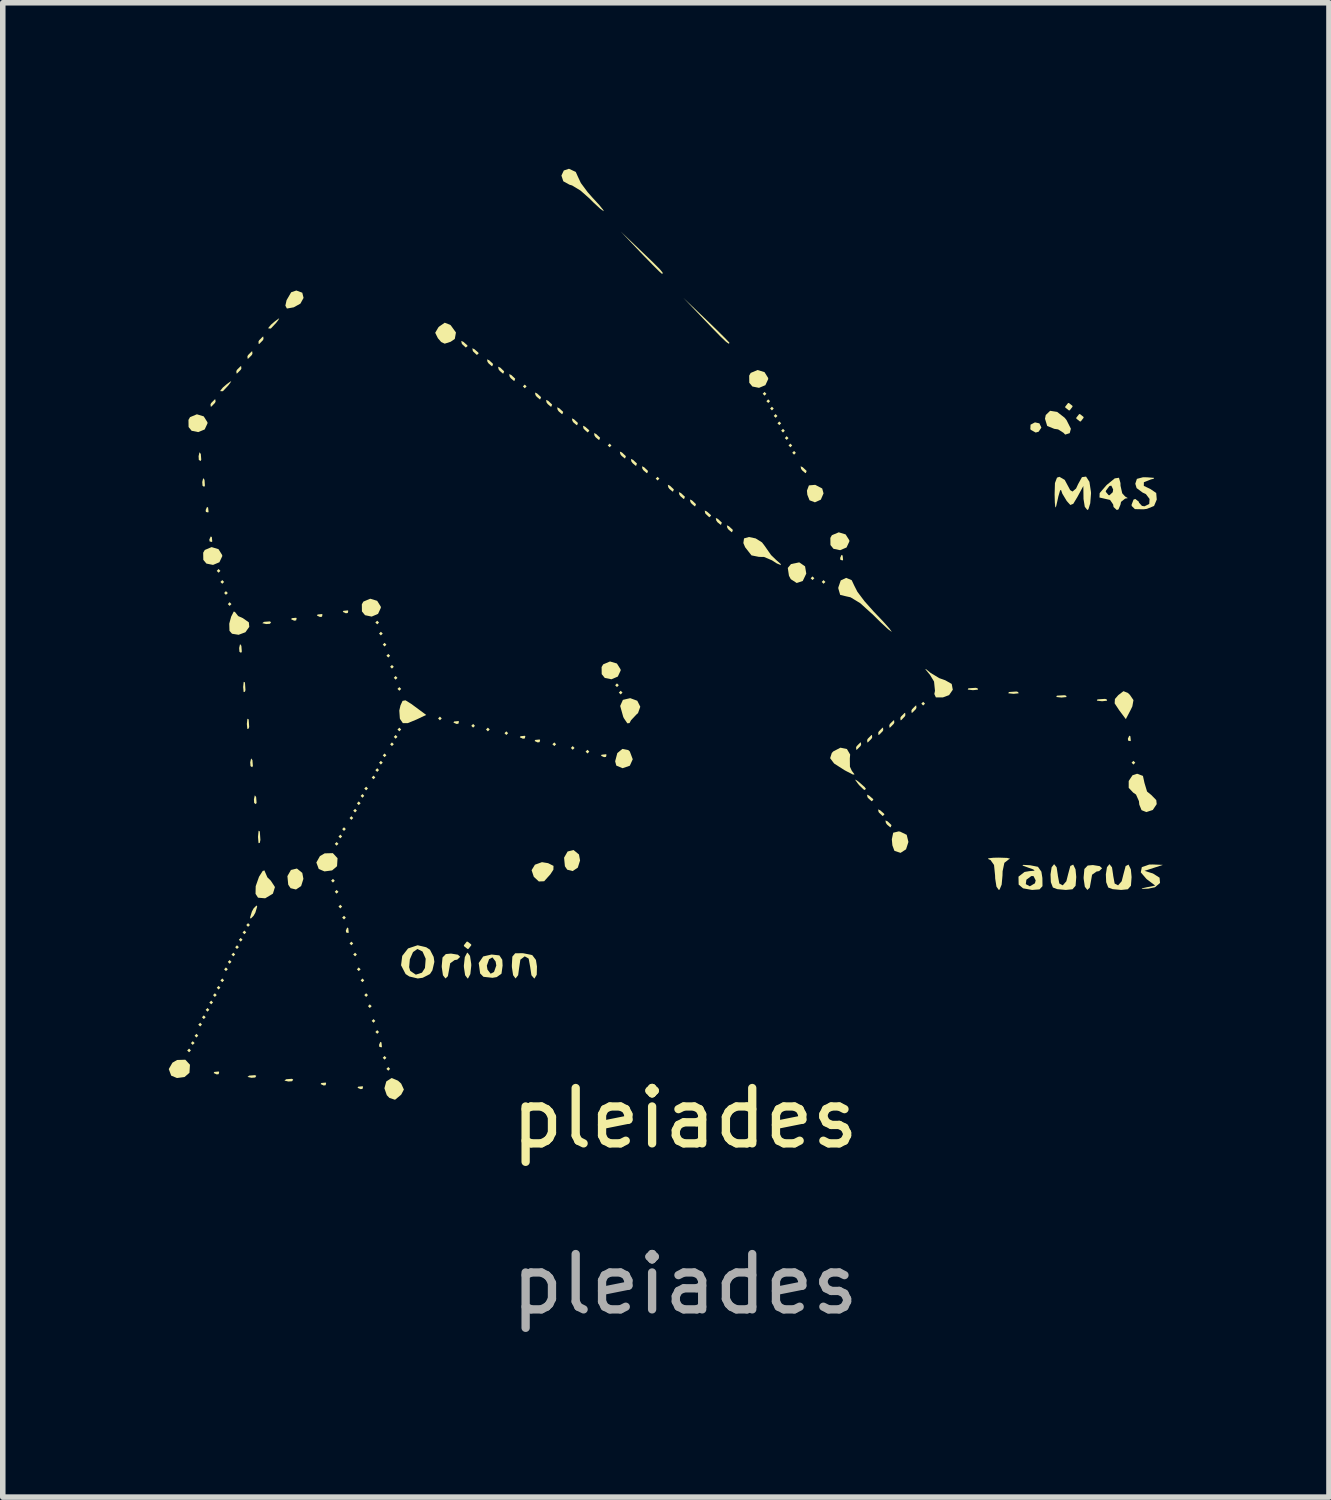
<source format=kicad_pcb>
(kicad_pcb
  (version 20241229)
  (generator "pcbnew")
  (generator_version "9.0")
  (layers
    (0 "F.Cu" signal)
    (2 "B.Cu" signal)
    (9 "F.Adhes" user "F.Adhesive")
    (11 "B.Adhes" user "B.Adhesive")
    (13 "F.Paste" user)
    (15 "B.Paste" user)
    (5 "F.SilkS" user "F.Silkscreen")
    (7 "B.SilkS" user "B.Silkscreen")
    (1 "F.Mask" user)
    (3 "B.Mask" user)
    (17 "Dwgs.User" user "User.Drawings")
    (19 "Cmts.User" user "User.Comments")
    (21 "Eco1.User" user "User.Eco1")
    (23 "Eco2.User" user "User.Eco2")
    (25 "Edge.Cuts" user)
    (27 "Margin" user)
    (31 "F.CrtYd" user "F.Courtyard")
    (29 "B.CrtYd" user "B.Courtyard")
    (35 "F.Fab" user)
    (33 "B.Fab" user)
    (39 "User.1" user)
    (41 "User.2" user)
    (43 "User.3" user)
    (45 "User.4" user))
  (footprint "pleiades"
    (layer "F.Cu")
    (at 9.33 17.658)
    (property "Reference" "pleiades" (at 0 -0.5 0) (unlocked yes) (layer "F.SilkS") (effects (font (size 1 1) (thickness 0.15))))
    (fp_poly (pts (xy -8.93 -1.725) (xy -8.963 -1.691) (xy -8.997 -1.725) (xy -8.963 -1.758)) (stroke (width 0) (type solid)) (fill yes) (layer "F.SilkS"))
    (fp_poly (pts (xy -8.863 -1.858) (xy -8.897 -1.825) (xy -8.93 -1.858) (xy -8.897 -1.891)) (stroke (width 0) (type solid)) (fill yes) (layer "F.SilkS"))
    (fp_poly (pts (xy -8.797 -1.991) (xy -8.83 -1.958) (xy -8.863 -1.991) (xy -8.83 -2.025)) (stroke (width 0) (type solid)) (fill yes) (layer "F.SilkS"))
    (fp_poly (pts (xy -8.73 -2.191) (xy -8.763 -2.158) (xy -8.797 -2.191) (xy -8.763 -2.225)) (stroke (width 0) (type solid)) (fill yes) (layer "F.SilkS"))
    (fp_poly (pts (xy -8.663 -2.325) (xy -8.697 -2.291) (xy -8.73 -2.325) (xy -8.697 -2.358)) (stroke (width 0) (type solid)) (fill yes) (layer "F.SilkS"))
    (fp_poly (pts (xy -8.597 -2.458) (xy -8.63 -2.425) (xy -8.663 -2.458) (xy -8.63 -2.491)) (stroke (width 0) (type solid)) (fill yes) (layer "F.SilkS"))
    (fp_poly (pts (xy -8.53 -2.591) (xy -8.563 -2.558) (xy -8.597 -2.591) (xy -8.563 -2.625)) (stroke (width 0) (type solid)) (fill yes) (layer "F.SilkS"))
    (fp_poly (pts (xy -8.463 -2.725) (xy -8.497 -2.691) (xy -8.53 -2.725) (xy -8.497 -2.758)) (stroke (width 0) (type solid)) (fill yes) (layer "F.SilkS"))
    (fp_poly (pts (xy -8.397 -10.391) (xy -8.43 -10.358) (xy -8.463 -10.391) (xy -8.43 -10.425)) (stroke (width 0) (type solid)) (fill yes) (layer "F.SilkS"))
    (fp_poly (pts (xy -8.397 -2.858) (xy -8.43 -2.825) (xy -8.463 -2.858) (xy -8.43 -2.891)) (stroke (width 0) (type solid)) (fill yes) (layer "F.SilkS"))
    (fp_poly (pts (xy -8.33 -10.191) (xy -8.363 -10.158) (xy -8.397 -10.191) (xy -8.363 -10.225)) (stroke (width 0) (type solid)) (fill yes) (layer "F.SilkS"))
    (fp_poly (pts (xy -8.33 -2.991) (xy -8.363 -2.958) (xy -8.397 -2.991) (xy -8.363 -3.025)) (stroke (width 0) (type solid)) (fill yes) (layer "F.SilkS"))
    (fp_poly (pts (xy -8.263 -9.991) (xy -8.297 -9.958) (xy -8.33 -9.991) (xy -8.297 -10.025)) (stroke (width 0) (type solid)) (fill yes) (layer "F.SilkS"))
    (fp_poly (pts (xy -8.263 -3.191) (xy -8.297 -3.158) (xy -8.33 -3.191) (xy -8.297 -3.225)) (stroke (width 0) (type solid)) (fill yes) (layer "F.SilkS"))
    (fp_poly (pts (xy -8.197 -9.791) (xy -8.23 -9.758) (xy -8.263 -9.791) (xy -8.23 -9.825)) (stroke (width 0) (type solid)) (fill yes) (layer "F.SilkS"))
    (fp_poly (pts (xy -8.197 -3.325) (xy -8.23 -3.291) (xy -8.263 -3.325) (xy -8.23 -3.358)) (stroke (width 0) (type solid)) (fill yes) (layer "F.SilkS"))
    (fp_poly (pts (xy -8.13 -3.458) (xy -8.163 -3.425) (xy -8.197 -3.458) (xy -8.163 -3.491)) (stroke (width 0) (type solid)) (fill yes) (layer "F.SilkS"))
    (fp_poly (pts (xy -8.063 -3.591) (xy -8.097 -3.558) (xy -8.13 -3.591) (xy -8.097 -3.625)) (stroke (width 0) (type solid)) (fill yes) (layer "F.SilkS"))
    (fp_poly (pts (xy -7.997 -3.725) (xy -8.03 -3.691) (xy -8.063 -3.725) (xy -8.03 -3.758)) (stroke (width 0) (type solid)) (fill yes) (layer "F.SilkS"))
    (fp_poly (pts (xy -7.93 -3.858) (xy -7.963 -3.825) (xy -7.997 -3.858) (xy -7.963 -3.891)) (stroke (width 0) (type solid)) (fill yes) (layer "F.SilkS"))
    (fp_poly (pts (xy -7.863 -3.991) (xy -7.897 -3.958) (xy -7.93 -3.991) (xy -7.897 -4.025)) (stroke (width 0) (type solid)) (fill yes) (layer "F.SilkS"))
    (fp_poly (pts (xy -6.33 -4.791) (xy -6.363 -4.758) (xy -6.397 -4.791) (xy -6.363 -4.825)) (stroke (width 0) (type solid)) (fill yes) (layer "F.SilkS"))
    (fp_poly (pts (xy -6.263 -5.458) (xy -6.297 -5.425) (xy -6.33 -5.458) (xy -6.297 -5.491)) (stroke (width 0) (type solid)) (fill yes) (layer "F.SilkS"))
    (fp_poly (pts (xy -6.263 -4.591) (xy -6.297 -4.558) (xy -6.33 -4.591) (xy -6.297 -4.625)) (stroke (width 0) (type solid)) (fill yes) (layer "F.SilkS"))
    (fp_poly (pts (xy -6.197 -5.591) (xy -6.23 -5.558) (xy -6.263 -5.591) (xy -6.23 -5.625)) (stroke (width 0) (type solid)) (fill yes) (layer "F.SilkS"))
    (fp_poly (pts (xy -6.197 -4.325) (xy -6.23 -4.291) (xy -6.263 -4.325) (xy -6.23 -4.358)) (stroke (width 0) (type solid)) (fill yes) (layer "F.SilkS"))
    (fp_poly (pts (xy -6.13 -5.725) (xy -6.163 -5.691) (xy -6.197 -5.725) (xy -6.163 -5.758)) (stroke (width 0) (type solid)) (fill yes) (layer "F.SilkS"))
    (fp_poly (pts (xy -6.13 -4.125) (xy -6.163 -4.091) (xy -6.197 -4.125) (xy -6.163 -4.158)) (stroke (width 0) (type solid)) (fill yes) (layer "F.SilkS"))
    (fp_poly (pts (xy -5.997 -5.925) (xy -6.03 -5.891) (xy -6.063 -5.925) (xy -6.03 -5.958)) (stroke (width 0) (type solid)) (fill yes) (layer "F.SilkS"))
    (fp_poly (pts (xy -5.997 -3.658) (xy -6.03 -3.625) (xy -6.063 -3.658) (xy -6.03 -3.691)) (stroke (width 0) (type solid)) (fill yes) (layer "F.SilkS"))
    (fp_poly (pts (xy -5.93 -6.058) (xy -5.963 -6.025) (xy -5.997 -6.058) (xy -5.963 -6.091)) (stroke (width 0) (type solid)) (fill yes) (layer "F.SilkS"))
    (fp_poly (pts (xy -5.93 -3.458) (xy -5.963 -3.425) (xy -5.997 -3.458) (xy -5.963 -3.491)) (stroke (width 0) (type solid)) (fill yes) (layer "F.SilkS"))
    (fp_poly (pts (xy -5.863 -6.191) (xy -5.897 -6.158) (xy -5.93 -6.191) (xy -5.897 -6.225)) (stroke (width 0) (type solid)) (fill yes) (layer "F.SilkS"))
    (fp_poly (pts (xy -5.863 -3.191) (xy -5.897 -3.158) (xy -5.93 -3.191) (xy -5.897 -3.225)) (stroke (width 0) (type solid)) (fill yes) (layer "F.SilkS"))
    (fp_poly (pts (xy -5.797 -6.325) (xy -5.83 -6.291) (xy -5.863 -6.325) (xy -5.83 -6.358)) (stroke (width 0) (type solid)) (fill yes) (layer "F.SilkS"))
    (fp_poly (pts (xy -5.797 -2.991) (xy -5.83 -2.958) (xy -5.863 -2.991) (xy -5.83 -3.025)) (stroke (width 0) (type solid)) (fill yes) (layer "F.SilkS"))
    (fp_poly (pts (xy -5.73 -6.458) (xy -5.763 -6.425) (xy -5.797 -6.458) (xy -5.763 -6.491)) (stroke (width 0) (type solid)) (fill yes) (layer "F.SilkS"))
    (fp_poly (pts (xy -5.73 -2.725) (xy -5.763 -2.691) (xy -5.797 -2.725) (xy -5.763 -2.758)) (stroke (width 0) (type solid)) (fill yes) (layer "F.SilkS"))
    (fp_poly (pts (xy -5.663 -2.525) (xy -5.697 -2.491) (xy -5.73 -2.525) (xy -5.697 -2.558)) (stroke (width 0) (type solid)) (fill yes) (layer "F.SilkS"))
    (fp_poly (pts (xy -5.597 -6.658) (xy -5.63 -6.625) (xy -5.663 -6.658) (xy -5.63 -6.691)) (stroke (width 0) (type solid)) (fill yes) (layer "F.SilkS"))
    (fp_poly (pts (xy -5.597 -2.258) (xy -5.63 -2.225) (xy -5.663 -2.258) (xy -5.63 -2.291)) (stroke (width 0) (type solid)) (fill yes) (layer "F.SilkS"))
    (fp_poly (pts (xy -5.53 -9.458) (xy -5.563 -9.425) (xy -5.597 -9.458) (xy -5.563 -9.491)) (stroke (width 0) (type solid)) (fill yes) (layer "F.SilkS"))
    (fp_poly (pts (xy -5.53 -6.791) (xy -5.563 -6.758) (xy -5.597 -6.791) (xy -5.563 -6.825)) (stroke (width 0) (type solid)) (fill yes) (layer "F.SilkS"))
    (fp_poly (pts (xy -5.53 -2.058) (xy -5.563 -2.025) (xy -5.597 -2.058) (xy -5.563 -2.091)) (stroke (width 0) (type solid)) (fill yes) (layer "F.SilkS"))
    (fp_poly (pts (xy -5.463 -9.258) (xy -5.497 -9.225) (xy -5.53 -9.258) (xy -5.497 -9.291)) (stroke (width 0) (type solid)) (fill yes) (layer "F.SilkS"))
    (fp_poly (pts (xy -5.463 -6.925) (xy -5.497 -6.891) (xy -5.53 -6.925) (xy -5.497 -6.958)) (stroke (width 0) (type solid)) (fill yes) (layer "F.SilkS"))
    (fp_poly (pts (xy -5.397 -9.058) (xy -5.43 -9.025) (xy -5.463 -9.058) (xy -5.43 -9.091)) (stroke (width 0) (type solid)) (fill yes) (layer "F.SilkS"))
    (fp_poly (pts (xy -5.397 -7.058) (xy -5.43 -7.025) (xy -5.463 -7.058) (xy -5.43 -7.091)) (stroke (width 0) (type solid)) (fill yes) (layer "F.SilkS"))
    (fp_poly (pts (xy -5.397 -1.591) (xy -5.43 -1.558) (xy -5.463 -1.591) (xy -5.43 -1.625)) (stroke (width 0) (type solid)) (fill yes) (layer "F.SilkS"))
    (fp_poly (pts (xy -5.33 -8.858) (xy -5.363 -8.825) (xy -5.397 -8.858) (xy -5.363 -8.891)) (stroke (width 0) (type solid)) (fill yes) (layer "F.SilkS"))
    (fp_poly (pts (xy -5.33 -1.391) (xy -5.363 -1.358) (xy -5.397 -1.391) (xy -5.363 -1.425)) (stroke (width 0) (type solid)) (fill yes) (layer "F.SilkS"))
    (fp_poly (pts (xy -5.263 -8.658) (xy -5.297 -8.625) (xy -5.33 -8.658) (xy -5.297 -8.691)) (stroke (width 0) (type solid)) (fill yes) (layer "F.SilkS"))
    (fp_poly (pts (xy -5.263 -7.258) (xy -5.297 -7.225) (xy -5.33 -7.258) (xy -5.297 -7.291)) (stroke (width 0) (type solid)) (fill yes) (layer "F.SilkS"))
    (fp_poly (pts (xy -5.197 -8.458) (xy -5.23 -8.425) (xy -5.263 -8.458) (xy -5.23 -8.491)) (stroke (width 0) (type solid)) (fill yes) (layer "F.SilkS"))
    (fp_poly (pts (xy -5.197 -7.391) (xy -5.23 -7.358) (xy -5.263 -7.391) (xy -5.23 -7.425)) (stroke (width 0) (type solid)) (fill yes) (layer "F.SilkS"))
    (fp_poly (pts (xy -5.13 -8.258) (xy -5.163 -8.225) (xy -5.197 -8.258) (xy -5.163 -8.291)) (stroke (width 0) (type solid)) (fill yes) (layer "F.SilkS"))
    (fp_poly (pts (xy -5.13 -7.525) (xy -5.163 -7.491) (xy -5.197 -7.525) (xy -5.163 -7.558)) (stroke (width 0) (type solid)) (fill yes) (layer "F.SilkS"))
    (fp_poly (pts (xy -4.397 -7.725) (xy -4.43 -7.691) (xy -4.463 -7.725) (xy -4.43 -7.758)) (stroke (width 0) (type solid)) (fill yes) (layer "F.SilkS"))
    (fp_poly (pts (xy -3.797 -7.591) (xy -3.83 -7.558) (xy -3.863 -7.591) (xy -3.83 -7.625)) (stroke (width 0) (type solid)) (fill yes) (layer "F.SilkS"))
    (fp_poly (pts (xy -3.53 -7.525) (xy -3.563 -7.491) (xy -3.597 -7.525) (xy -3.563 -7.558)) (stroke (width 0) (type solid)) (fill yes) (layer "F.SilkS"))
    (fp_poly (pts (xy -3.197 -7.458) (xy -3.23 -7.425) (xy -3.263 -7.458) (xy -3.23 -7.491)) (stroke (width 0) (type solid)) (fill yes) (layer "F.SilkS"))
    (fp_poly (pts (xy -2.863 -13.725) (xy -2.897 -13.691) (xy -2.93 -13.725) (xy -2.897 -13.758)) (stroke (width 0) (type solid)) (fill yes) (layer "F.SilkS"))
    (fp_poly (pts (xy -2.33 -7.258) (xy -2.363 -7.225) (xy -2.397 -7.258) (xy -2.363 -7.291)) (stroke (width 0) (type solid)) (fill yes) (layer "F.SilkS"))
    (fp_poly (pts (xy -1.997 -7.191) (xy -2.03 -7.158) (xy -2.063 -7.191) (xy -2.03 -7.225)) (stroke (width 0) (type solid)) (fill yes) (layer "F.SilkS"))
    (fp_poly (pts (xy -1.73 -7.125) (xy -1.763 -7.091) (xy -1.797 -7.125) (xy -1.763 -7.158)) (stroke (width 0) (type solid)) (fill yes) (layer "F.SilkS"))
    (fp_poly (pts (xy -1.33 -12.658) (xy -1.363 -12.625) (xy -1.397 -12.658) (xy -1.363 -12.691)) (stroke (width 0) (type solid)) (fill yes) (layer "F.SilkS"))
    (fp_poly (pts (xy -1.197 -8.325) (xy -1.23 -8.291) (xy -1.263 -8.325) (xy -1.23 -8.358)) (stroke (width 0) (type solid)) (fill yes) (layer "F.SilkS"))
    (fp_poly (pts (xy -1.13 -8.191) (xy -1.163 -8.158) (xy -1.197 -8.191) (xy -1.163 -8.225)) (stroke (width 0) (type solid)) (fill yes) (layer "F.SilkS"))
    (fp_poly (pts (xy -0.463 -12.058) (xy -0.497 -12.025) (xy -0.53 -12.058) (xy -0.497 -12.091)) (stroke (width 0) (type solid)) (fill yes) (layer "F.SilkS"))
    (fp_poly (pts (xy 1.47 -13.591) (xy 1.437 -13.558) (xy 1.403 -13.591) (xy 1.437 -13.625)) (stroke (width 0) (type solid)) (fill yes) (layer "F.SilkS"))
    (fp_poly (pts (xy 1.537 -13.458) (xy 1.503 -13.425) (xy 1.47 -13.458) (xy 1.503 -13.491)) (stroke (width 0) (type solid)) (fill yes) (layer "F.SilkS"))
    (fp_poly (pts (xy 1.603 -13.325) (xy 1.57 -13.291) (xy 1.537 -13.325) (xy 1.57 -13.358)) (stroke (width 0) (type solid)) (fill yes) (layer "F.SilkS"))
    (fp_poly (pts (xy 1.67 -13.191) (xy 1.637 -13.158) (xy 1.603 -13.191) (xy 1.637 -13.225)) (stroke (width 0) (type solid)) (fill yes) (layer "F.SilkS"))
    (fp_poly (pts (xy 1.737 -13.058) (xy 1.703 -13.025) (xy 1.67 -13.058) (xy 1.703 -13.091)) (stroke (width 0) (type solid)) (fill yes) (layer "F.SilkS"))
    (fp_poly (pts (xy 1.803 -12.925) (xy 1.77 -12.891) (xy 1.737 -12.925) (xy 1.77 -12.958)) (stroke (width 0) (type solid)) (fill yes) (layer "F.SilkS"))
    (fp_poly (pts (xy 1.87 -12.791) (xy 1.837 -12.758) (xy 1.803 -12.791) (xy 1.837 -12.825)) (stroke (width 0) (type solid)) (fill yes) (layer "F.SilkS"))
    (fp_poly (pts (xy 1.937 -12.658) (xy 1.903 -12.625) (xy 1.87 -12.658) (xy 1.903 -12.691)) (stroke (width 0) (type solid)) (fill yes) (layer "F.SilkS"))
    (fp_poly (pts (xy 2.003 -12.525) (xy 1.97 -12.491) (xy 1.937 -12.525) (xy 1.97 -12.558)) (stroke (width 0) (type solid)) (fill yes) (layer "F.SilkS"))
    (fp_poly (pts (xy 2.337 -10.258) (xy 2.303 -10.225) (xy 2.27 -10.258) (xy 2.303 -10.291)) (stroke (width 0) (type solid)) (fill yes) (layer "F.SilkS"))
    (fp_poly (pts (xy 2.537 -10.191) (xy 2.503 -10.158) (xy 2.47 -10.191) (xy 2.503 -10.225)) (stroke (width 0) (type solid)) (fill yes) (layer "F.SilkS"))
    (fp_poly (pts (xy 4.337 -7.991) (xy 4.303 -7.958) (xy 4.27 -7.991) (xy 4.303 -8.025)) (stroke (width 0) (type solid)) (fill yes) (layer "F.SilkS"))
    (fp_poly (pts (xy 8.137 -6.925) (xy 8.103 -6.891) (xy 8.07 -6.925) (xy 8.103 -6.958)) (stroke (width 0) (type solid)) (fill yes) (layer "F.SilkS"))
    (fp_poly (pts (xy -8.751 -12.504) (xy -8.743 -12.4) (xy -8.756 -12.376) (xy -8.787 -12.396) (xy -8.791 -12.464) (xy -8.775 -12.535)) (stroke (width 0) (type solid)) (fill yes) (layer "F.SilkS"))
    (fp_poly (pts (xy -8.684 -12.037) (xy -8.677 -11.933) (xy -8.69 -11.91) (xy -8.72 -11.929) (xy -8.725 -11.997) (xy -8.708 -12.068)) (stroke (width 0) (type solid)) (fill yes) (layer "F.SilkS"))
    (fp_poly (pts (xy -8.619 -11.536) (xy -8.611 -11.457) (xy -8.619 -11.447) (xy -8.659 -11.456) (xy -8.663 -11.491) (xy -8.639 -11.546)) (stroke (width 0) (type solid)) (fill yes) (layer "F.SilkS"))
    (fp_poly (pts (xy -8.552 -11.003) (xy -8.544 -10.923) (xy -8.552 -10.914) (xy -8.592 -10.923) (xy -8.597 -10.958) (xy -8.572 -11.013)) (stroke (width 0) (type solid)) (fill yes) (layer "F.SilkS"))
    (fp_poly (pts (xy -8.419 -1.336) (xy -8.428 -1.296) (xy -8.463 -1.291) (xy -8.518 -1.316) (xy -8.508 -1.336) (xy -8.429 -1.344)) (stroke (width 0) (type solid)) (fill yes) (layer "F.SilkS"))
    (fp_poly (pts (xy -8.018 -9.037) (xy -8.01 -8.933) (xy -8.023 -8.91) (xy -8.053 -8.929) (xy -8.058 -8.997) (xy -8.042 -9.068)) (stroke (width 0) (type solid)) (fill yes) (layer "F.SilkS"))
    (fp_poly (pts (xy -7.953 -8.375) (xy -7.944 -8.238) (xy -7.953 -8.208) (xy -7.977 -8.2) (xy -7.986 -8.291) (xy -7.976 -8.386)) (stroke (width 0) (type solid)) (fill yes) (layer "F.SilkS"))
    (fp_poly (pts (xy -7.886 -7.708) (xy -7.877 -7.572) (xy -7.886 -7.541) (xy -7.91 -7.533) (xy -7.919 -7.625) (xy -7.909 -7.719)) (stroke (width 0) (type solid)) (fill yes) (layer "F.SilkS"))
    (fp_poly (pts (xy -7.818 -6.971) (xy -7.81 -6.866) (xy -7.823 -6.843) (xy -7.853 -6.863) (xy -7.858 -6.93) (xy -7.842 -7.002)) (stroke (width 0) (type solid)) (fill yes) (layer "F.SilkS"))
    (fp_poly (pts (xy -7.751 -6.304) (xy -7.743 -6.2) (xy -7.756 -6.176) (xy -7.787 -6.196) (xy -7.791 -6.264) (xy -7.775 -6.335)) (stroke (width 0) (type solid)) (fill yes) (layer "F.SilkS"))
    (fp_poly (pts (xy -7.748 -1.265) (xy -7.768 -1.235) (xy -7.836 -1.23) (xy -7.907 -1.246) (xy -7.876 -1.27) (xy -7.772 -1.278)) (stroke (width 0) (type solid)) (fill yes) (layer "F.SilkS"))
    (fp_poly (pts (xy -7.481 -9.465) (xy -7.501 -9.435) (xy -7.569 -9.43) (xy -7.64 -9.446) (xy -7.609 -9.47) (xy -7.505 -9.478)) (stroke (width 0) (type solid)) (fill yes) (layer "F.SilkS"))
    (fp_poly (pts (xy -7.081 -1.198) (xy -7.101 -1.168) (xy -7.169 -1.163) (xy -7.24 -1.18) (xy -7.209 -1.204) (xy -7.105 -1.212)) (stroke (width 0) (type solid)) (fill yes) (layer "F.SilkS"))
    (fp_poly (pts (xy -7.019 -9.536) (xy -7.028 -9.496) (xy -7.063 -9.491) (xy -7.118 -9.516) (xy -7.108 -9.536) (xy -7.029 -9.544)) (stroke (width 0) (type solid)) (fill yes) (layer "F.SilkS"))
    (fp_poly (pts (xy -6.552 -9.603) (xy -6.561 -9.563) (xy -6.597 -9.558) (xy -6.652 -9.583) (xy -6.641 -9.603) (xy -6.562 -9.611)) (stroke (width 0) (type solid)) (fill yes) (layer "F.SilkS"))
    (fp_poly (pts (xy -6.486 -1.136) (xy -6.495 -1.096) (xy -6.53 -1.091) (xy -6.585 -1.116) (xy -6.574 -1.136) (xy -6.495 -1.144)) (stroke (width 0) (type solid)) (fill yes) (layer "F.SilkS"))
    (fp_poly (pts (xy -6.086 -9.669) (xy -6.095 -9.63) (xy -6.13 -9.625) (xy -6.185 -9.649) (xy -6.174 -9.669) (xy -6.095 -9.677)) (stroke (width 0) (type solid)) (fill yes) (layer "F.SilkS"))
    (fp_poly (pts (xy -6.086 -3.936) (xy -6.078 -3.857) (xy -6.086 -3.847) (xy -6.125 -3.856) (xy -6.13 -3.891) (xy -6.106 -3.946)) (stroke (width 0) (type solid)) (fill yes) (layer "F.SilkS"))
    (fp_poly (pts (xy -5.819 -1.069) (xy -5.828 -1.03) (xy -5.863 -1.025) (xy -5.918 -1.049) (xy -5.908 -1.069) (xy -5.829 -1.077)) (stroke (width 0) (type solid)) (fill yes) (layer "F.SilkS"))
    (fp_poly (pts (xy -5.486 -1.869) (xy -5.478 -1.79) (xy -5.486 -1.78) (xy -5.525 -1.79) (xy -5.53 -1.825) (xy -5.506 -1.88)) (stroke (width 0) (type solid)) (fill yes) (layer "F.SilkS"))
    (fp_poly (pts (xy -4.086 -7.669) (xy -4.095 -7.63) (xy -4.13 -7.625) (xy -4.185 -7.649) (xy -4.174 -7.669) (xy -4.095 -7.677)) (stroke (width 0) (type solid)) (fill yes) (layer "F.SilkS"))
    (fp_poly (pts (xy -2.886 -7.403) (xy -2.895 -7.363) (xy -2.93 -7.358) (xy -2.985 -7.383) (xy -2.974 -7.403) (xy -2.895 -7.411)) (stroke (width 0) (type solid)) (fill yes) (layer "F.SilkS"))
    (fp_poly (pts (xy -2.619 -7.336) (xy -2.628 -7.296) (xy -2.663 -7.291) (xy -2.718 -7.316) (xy -2.708 -7.336) (xy -2.629 -7.344)) (stroke (width 0) (type solid)) (fill yes) (layer "F.SilkS"))
    (fp_poly (pts (xy -1.419 -7.069) (xy -1.428 -7.03) (xy -1.463 -7.025) (xy -1.518 -7.049) (xy -1.508 -7.069) (xy -1.429 -7.077)) (stroke (width 0) (type solid)) (fill yes) (layer "F.SilkS"))
    (fp_poly (pts (xy 2.848 -10.669) (xy 2.856 -10.59) (xy 2.848 -10.58) (xy 2.808 -10.59) (xy 2.803 -10.625) (xy 2.828 -10.68)) (stroke (width 0) (type solid)) (fill yes) (layer "F.SilkS"))
    (fp_poly (pts (xy 5.287 -8.269) (xy 5.295 -8.245) (xy 5.203 -8.235) (xy 5.109 -8.246) (xy 5.12 -8.269) (xy 5.256 -8.278)) (stroke (width 0) (type solid)) (fill yes) (layer "F.SilkS"))
    (fp_poly (pts (xy 6.02 -8.202) (xy 6.028 -8.178) (xy 5.937 -8.169) (xy 5.842 -8.179) (xy 5.853 -8.202) (xy 5.99 -8.211)) (stroke (width 0) (type solid)) (fill yes) (layer "F.SilkS"))
    (fp_poly (pts (xy 6.887 -8.136) (xy 6.895 -8.111) (xy 6.803 -8.102) (xy 6.709 -8.112) (xy 6.72 -8.136) (xy 6.856 -8.144)) (stroke (width 0) (type solid)) (fill yes) (layer "F.SilkS"))
    (fp_poly (pts (xy 7.62 -8.069) (xy 7.628 -8.045) (xy 7.537 -8.035) (xy 7.442 -8.046) (xy 7.453 -8.069) (xy 7.59 -8.078)) (stroke (width 0) (type solid)) (fill yes) (layer "F.SilkS"))
    (fp_poly (pts (xy 8.048 -7.403) (xy 8.056 -7.323) (xy 8.048 -7.314) (xy 8.008 -7.323) (xy 8.003 -7.358) (xy 8.028 -7.413)) (stroke (width 0) (type solid)) (fill yes) (layer "F.SilkS"))
    (fp_poly (pts (xy -4.007 -14.531) (xy -3.936 -14.469) (xy -3.93 -14.454) (xy -3.962 -14.427) (xy -4.028 -14.488) (xy -4.036 -14.502) (xy -4.044 -14.547)) (stroke (width 0) (type solid)) (fill yes) (layer "F.SilkS"))
    (fp_poly (pts (xy -3.807 -14.398) (xy -3.736 -14.336) (xy -3.73 -14.321) (xy -3.762 -14.293) (xy -3.828 -14.355) (xy -3.836 -14.368) (xy -3.844 -14.414)) (stroke (width 0) (type solid)) (fill yes) (layer "F.SilkS"))
    (fp_poly (pts (xy -3.54 -14.198) (xy -3.469 -14.131) (xy -3.483 -14.092) (xy -3.493 -14.091) (xy -3.549 -14.139) (xy -3.57 -14.168) (xy -3.578 -14.214)) (stroke (width 0) (type solid)) (fill yes) (layer "F.SilkS"))
    (fp_poly (pts (xy -3.34 -14.065) (xy -3.269 -13.997) (xy -3.283 -13.959) (xy -3.293 -13.958) (xy -3.349 -14.006) (xy -3.37 -14.035) (xy -3.378 -14.081)) (stroke (width 0) (type solid)) (fill yes) (layer "F.SilkS"))
    (fp_poly (pts (xy -3.14 -13.931) (xy -3.069 -13.864) (xy -3.083 -13.825) (xy -3.093 -13.825) (xy -3.149 -13.872) (xy -3.17 -13.902) (xy -3.178 -13.947)) (stroke (width 0) (type solid)) (fill yes) (layer "F.SilkS"))
    (fp_poly (pts (xy -2.674 -13.598) (xy -2.602 -13.531) (xy -2.617 -13.492) (xy -2.626 -13.491) (xy -2.682 -13.539) (xy -2.703 -13.568) (xy -2.711 -13.614)) (stroke (width 0) (type solid)) (fill yes) (layer "F.SilkS"))
    (fp_poly (pts (xy -2.474 -13.465) (xy -2.402 -13.397) (xy -2.417 -13.359) (xy -2.426 -13.358) (xy -2.482 -13.406) (xy -2.503 -13.435) (xy -2.511 -13.481)) (stroke (width 0) (type solid)) (fill yes) (layer "F.SilkS"))
    (fp_poly (pts (xy -2.274 -13.331) (xy -2.202 -13.264) (xy -2.217 -13.225) (xy -2.226 -13.225) (xy -2.282 -13.272) (xy -2.303 -13.302) (xy -2.311 -13.347)) (stroke (width 0) (type solid)) (fill yes) (layer "F.SilkS"))
    (fp_poly (pts (xy -2.007 -13.131) (xy -1.935 -13.064) (xy -1.95 -13.025) (xy -1.959 -13.025) (xy -2.016 -13.072) (xy -2.036 -13.102) (xy -2.044 -13.147)) (stroke (width 0) (type solid)) (fill yes) (layer "F.SilkS"))
    (fp_poly (pts (xy -1.807 -12.998) (xy -1.736 -12.936) (xy -1.73 -12.921) (xy -1.762 -12.893) (xy -1.828 -12.955) (xy -1.836 -12.968) (xy -1.844 -13.014)) (stroke (width 0) (type solid)) (fill yes) (layer "F.SilkS"))
    (fp_poly (pts (xy -1.607 -12.865) (xy -1.535 -12.797) (xy -1.55 -12.759) (xy -1.559 -12.758) (xy -1.616 -12.806) (xy -1.636 -12.835) (xy -1.644 -12.881)) (stroke (width 0) (type solid)) (fill yes) (layer "F.SilkS"))
    (fp_poly (pts (xy -1.14 -12.531) (xy -1.069 -12.464) (xy -1.083 -12.425) (xy -1.093 -12.425) (xy -1.149 -12.472) (xy -1.17 -12.502) (xy -1.178 -12.547)) (stroke (width 0) (type solid)) (fill yes) (layer "F.SilkS"))
    (fp_poly (pts (xy -0.94 -12.398) (xy -0.869 -12.331) (xy -0.883 -12.292) (xy -0.893 -12.291) (xy -0.949 -12.339) (xy -0.97 -12.368) (xy -0.978 -12.414)) (stroke (width 0) (type solid)) (fill yes) (layer "F.SilkS"))
    (fp_poly (pts (xy -0.74 -12.265) (xy -0.669 -12.197) (xy -0.683 -12.159) (xy -0.693 -12.158) (xy -0.749 -12.206) (xy -0.77 -12.235) (xy -0.778 -12.281)) (stroke (width 0) (type solid)) (fill yes) (layer "F.SilkS"))
    (fp_poly (pts (xy -0.274 -11.931) (xy -0.202 -11.864) (xy -0.217 -11.825) (xy -0.226 -11.825) (xy -0.282 -11.872) (xy -0.303 -11.902) (xy -0.311 -11.947)) (stroke (width 0) (type solid)) (fill yes) (layer "F.SilkS"))
    (fp_poly (pts (xy -0.074 -11.798) (xy -0.002 -11.731) (xy -0.017 -11.692) (xy -0.026 -11.691) (xy -0.082 -11.739) (xy -0.103 -11.768) (xy -0.111 -11.814)) (stroke (width 0) (type solid)) (fill yes) (layer "F.SilkS"))
    (fp_poly (pts (xy 0.126 -11.665) (xy 0.198 -11.597) (xy 0.183 -11.559) (xy 0.174 -11.558) (xy 0.118 -11.606) (xy 0.097 -11.635) (xy 0.089 -11.681)) (stroke (width 0) (type solid)) (fill yes) (layer "F.SilkS"))
    (fp_poly (pts (xy 0.393 -11.465) (xy 0.464 -11.403) (xy 0.47 -11.388) (xy 0.438 -11.36) (xy 0.372 -11.422) (xy 0.364 -11.435) (xy 0.356 -11.481)) (stroke (width 0) (type solid)) (fill yes) (layer "F.SilkS"))
    (fp_poly (pts (xy 0.593 -11.331) (xy 0.665 -11.264) (xy 0.65 -11.225) (xy 0.641 -11.225) (xy 0.584 -11.272) (xy 0.564 -11.302) (xy 0.556 -11.347)) (stroke (width 0) (type solid)) (fill yes) (layer "F.SilkS"))
    (fp_poly (pts (xy 0.793 -11.198) (xy 0.865 -11.131) (xy 0.85 -11.092) (xy 0.841 -11.091) (xy 0.784 -11.139) (xy 0.764 -11.168) (xy 0.756 -11.214)) (stroke (width 0) (type solid)) (fill yes) (layer "F.SilkS"))
    (fp_poly (pts (xy 2.126 -12.265) (xy 2.198 -12.197) (xy 2.183 -12.159) (xy 2.174 -12.158) (xy 2.118 -12.206) (xy 2.097 -12.235) (xy 2.089 -12.281)) (stroke (width 0) (type solid)) (fill yes) (layer "F.SilkS"))
    (fp_poly (pts (xy 3.326 -6.331) (xy 3.397 -6.269) (xy 3.403 -6.254) (xy 3.372 -6.227) (xy 3.306 -6.288) (xy 3.297 -6.302) (xy 3.289 -6.347)) (stroke (width 0) (type solid)) (fill yes) (layer "F.SilkS"))
    (fp_poly (pts (xy 3.526 -6.065) (xy 3.597 -6.003) (xy 3.603 -5.988) (xy 3.572 -5.96) (xy 3.506 -6.022) (xy 3.497 -6.035) (xy 3.489 -6.081)) (stroke (width 0) (type solid)) (fill yes) (layer "F.SilkS"))
    (fp_poly (pts (xy 3.66 -5.865) (xy 3.731 -5.797) (xy 3.717 -5.759) (xy 3.707 -5.758) (xy 3.651 -5.806) (xy 3.63 -5.835) (xy 3.622 -5.881)) (stroke (width 0) (type solid)) (fill yes) (layer "F.SilkS"))
    (fp_poly (pts (xy -8.484 -13.448) (xy -8.497 -13.425) (xy -8.559 -13.361) (xy -8.571 -13.358) (xy -8.576 -13.401) (xy -8.563 -13.425) (xy -8.501 -13.488) (xy -8.489 -13.491)) (stroke (width 0) (type solid)) (fill yes) (layer "F.SilkS"))
    (fp_poly (pts (xy -8.218 -13.79) (xy -8.255 -13.741) (xy -8.352 -13.638) (xy -8.396 -13.638) (xy -8.397 -13.65) (xy -8.351 -13.706) (xy -8.28 -13.767) (xy -8.201 -13.824)) (stroke (width 0) (type solid)) (fill yes) (layer "F.SilkS"))
    (fp_poly (pts (xy -8.018 -14.048) (xy -8.03 -14.025) (xy -8.093 -13.961) (xy -8.105 -13.958) (xy -8.109 -14.001) (xy -8.097 -14.025) (xy -8.034 -14.088) (xy -8.022 -14.091)) (stroke (width 0) (type solid)) (fill yes) (layer "F.SilkS"))
    (fp_poly (pts (xy -7.818 -14.315) (xy -7.83 -14.291) (xy -7.893 -14.228) (xy -7.905 -14.225) (xy -7.909 -14.268) (xy -7.897 -14.291) (xy -7.834 -14.355) (xy -7.822 -14.358)) (stroke (width 0) (type solid)) (fill yes) (layer "F.SilkS"))
    (fp_poly (pts (xy -7.732 -4.325) (xy -7.765 -4.215) (xy -7.797 -4.158) (xy -7.849 -4.105) (xy -7.861 -4.125) (xy -7.828 -4.234) (xy -7.797 -4.291) (xy -7.744 -4.345)) (stroke (width 0) (type solid)) (fill yes) (layer "F.SilkS"))
    (fp_poly (pts (xy -7.687 -5.685) (xy -7.684 -5.674) (xy -7.674 -5.528) (xy -7.686 -5.474) (xy -7.708 -5.471) (xy -7.717 -5.576) (xy -7.717 -5.591) (xy -7.707 -5.695)) (stroke (width 0) (type solid)) (fill yes) (layer "F.SilkS"))
    (fp_poly (pts (xy -7.618 -14.582) (xy -7.63 -14.558) (xy -7.693 -14.494) (xy -7.705 -14.491) (xy -7.709 -14.535) (xy -7.697 -14.558) (xy -7.634 -14.622) (xy -7.622 -14.625)) (stroke (width 0) (type solid)) (fill yes) (layer "F.SilkS"))
    (fp_poly (pts (xy -7.351 -14.923) (xy -7.388 -14.875) (xy -7.485 -14.771) (xy -7.529 -14.772) (xy -7.53 -14.783) (xy -7.484 -14.839) (xy -7.413 -14.9) (xy -7.334 -14.958)) (stroke (width 0) (type solid)) (fill yes) (layer "F.SilkS"))
    (fp_poly (pts (xy -3.865 -3.641) (xy -3.863 -3.625) (xy -3.914 -3.56) (xy -3.93 -3.558) (xy -3.995 -3.609) (xy -3.997 -3.625) (xy -3.946 -3.69) (xy -3.93 -3.691)) (stroke (width 0) (type solid)) (fill yes) (layer "F.SilkS"))
    (fp_poly (pts (xy 3.105 -6.604) (xy 3.153 -6.567) (xy 3.246 -6.484) (xy 3.27 -6.45) (xy 3.238 -6.43) (xy 3.149 -6.516) (xy 3.128 -6.541) (xy 3.071 -6.62)) (stroke (width 0) (type solid)) (fill yes) (layer "F.SilkS"))
    (fp_poly (pts (xy 3.182 -7.248) (xy 3.17 -7.225) (xy 3.107 -7.161) (xy 3.095 -7.158) (xy 3.091 -7.201) (xy 3.103 -7.225) (xy 3.166 -7.288) (xy 3.178 -7.291)) (stroke (width 0) (type solid)) (fill yes) (layer "F.SilkS"))
    (fp_poly (pts (xy 3.382 -7.382) (xy 3.37 -7.358) (xy 3.307 -7.294) (xy 3.295 -7.291) (xy 3.291 -7.335) (xy 3.303 -7.358) (xy 3.366 -7.422) (xy 3.378 -7.425)) (stroke (width 0) (type solid)) (fill yes) (layer "F.SilkS"))
    (fp_poly (pts (xy 3.582 -7.515) (xy 3.57 -7.491) (xy 3.507 -7.428) (xy 3.495 -7.425) (xy 3.491 -7.468) (xy 3.503 -7.491) (xy 3.566 -7.555) (xy 3.578 -7.558)) (stroke (width 0) (type solid)) (fill yes) (layer "F.SilkS"))
    (fp_poly (pts (xy 3.782 -7.648) (xy 3.77 -7.625) (xy 3.707 -7.561) (xy 3.695 -7.558) (xy 3.691 -7.601) (xy 3.703 -7.625) (xy 3.766 -7.688) (xy 3.778 -7.691)) (stroke (width 0) (type solid)) (fill yes) (layer "F.SilkS"))
    (fp_poly (pts (xy 3.982 -7.782) (xy 3.97 -7.758) (xy 3.907 -7.694) (xy 3.895 -7.691) (xy 3.891 -7.735) (xy 3.903 -7.758) (xy 3.966 -7.822) (xy 3.978 -7.825)) (stroke (width 0) (type solid)) (fill yes) (layer "F.SilkS"))
    (fp_poly (pts (xy 4.182 -7.915) (xy 4.17 -7.891) (xy 4.107 -7.828) (xy 4.095 -7.825) (xy 4.091 -7.868) (xy 4.103 -7.891) (xy 4.166 -7.955) (xy 4.178 -7.958)) (stroke (width 0) (type solid)) (fill yes) (layer "F.SilkS"))
    (fp_poly (pts (xy 6.404 -13.057) (xy 6.44 -12.981) (xy 6.39 -12.906) (xy 6.337 -12.891) (xy 6.25 -12.939) (xy 6.24 -12.954) (xy 6.244 -13.033) (xy 6.324 -13.075)) (stroke (width 0) (type solid)) (fill yes) (layer "F.SilkS"))
    (fp_poly (pts (xy 7.001 -13.374) (xy 7.003 -13.358) (xy 6.953 -13.293) (xy 6.937 -13.291) (xy 6.872 -13.342) (xy 6.87 -13.358) (xy 6.921 -13.423) (xy 6.937 -13.425)) (stroke (width 0) (type solid)) (fill yes) (layer "F.SilkS"))
    (fp_poly (pts (xy 7.201 -13.174) (xy 7.203 -13.158) (xy 7.153 -13.093) (xy 7.137 -13.091) (xy 7.072 -13.142) (xy 7.07 -13.158) (xy 7.121 -13.223) (xy 7.137 -13.225)) (stroke (width 0) (type solid)) (fill yes) (layer "F.SilkS"))
    (fp_poly (pts (xy -8.947 -1.466) (xy -8.956 -1.321) (xy -9.045 -1.244) (xy -9.182 -1.226) (xy -9.286 -1.269) (xy -9.33 -1.388) (xy -9.264 -1.503) (xy -9.18 -1.552) (xy -9.031 -1.557)) (stroke (width 0) (type solid)) (fill yes) (layer "F.SilkS"))
    (fp_poly (pts (xy -6.917 -4.933) (xy -6.897 -4.825) (xy -6.938 -4.695) (xy -7.031 -4.633) (xy -7.129 -4.657) (xy -7.171 -4.72) (xy -7.186 -4.875) (xy -7.122 -4.986) (xy -7.014 -5.012)) (stroke (width 0) (type solid)) (fill yes) (layer "F.SilkS"))
    (fp_poly (pts (xy -6.917 -15.418) (xy -6.894 -15.324) (xy -6.951 -15.221) (xy -7.072 -15.154) (xy -7.195 -15.132) (xy -7.223 -15.184) (xy -7.201 -15.283) (xy -7.118 -15.426) (xy -7.025 -15.458)) (stroke (width 0) (type solid)) (fill yes) (layer "F.SilkS"))
    (fp_poly (pts (xy -6.28 -5.199) (xy -6.289 -5.054) (xy -6.378 -4.978) (xy -6.516 -4.96) (xy -6.619 -5.003) (xy -6.663 -5.121) (xy -6.598 -5.237) (xy -6.513 -5.286) (xy -6.365 -5.29)) (stroke (width 0) (type solid)) (fill yes) (layer "F.SilkS"))
    (fp_poly (pts (xy -1.917 -5.266) (xy -1.897 -5.158) (xy -1.938 -5.028) (xy -2.031 -4.966) (xy -2.129 -4.991) (xy -2.171 -5.053) (xy -2.186 -5.208) (xy -2.122 -5.32) (xy -2.014 -5.346)) (stroke (width 0) (type solid)) (fill yes) (layer "F.SilkS"))
    (fp_poly (pts (xy -1.026 -7.153) (xy -0.998 -7.127) (xy -0.945 -6.987) (xy -0.998 -6.87) (xy -1.128 -6.825) (xy -1.242 -6.872) (xy -1.263 -6.95) (xy -1.224 -7.098) (xy -1.132 -7.174)) (stroke (width 0) (type solid)) (fill yes) (layer "F.SilkS"))
    (fp_poly (pts (xy 2.169 -10.473) (xy 2.191 -10.342) (xy 2.127 -10.208) (xy 2.018 -10.172) (xy 1.911 -10.241) (xy 1.878 -10.303) (xy 1.857 -10.444) (xy 1.915 -10.514) (xy 2.064 -10.545)) (stroke (width 0) (type solid)) (fill yes) (layer "F.SilkS"))
    (fp_poly (pts (xy 2.479 -11.88) (xy 2.503 -11.792) (xy 2.454 -11.678) (xy 2.347 -11.63) (xy 2.25 -11.667) (xy 2.21 -11.767) (xy 2.203 -11.841) (xy 2.239 -11.936) (xy 2.353 -11.946)) (stroke (width 0) (type solid)) (fill yes) (layer "F.SilkS"))
    (fp_poly (pts (xy -8.698 -13.183) (xy -8.631 -13.077) (xy -8.63 -13.057) (xy -8.681 -12.947) (xy -8.797 -12.899) (xy -8.917 -12.923) (xy -8.972 -12.991) (xy -8.974 -13.12) (xy -8.946 -13.169) (xy -8.822 -13.221)) (stroke (width 0) (type solid)) (fill yes) (layer "F.SilkS"))
    (fp_poly (pts (xy -8.431 -10.783) (xy -8.365 -10.677) (xy -8.363 -10.657) (xy -8.415 -10.547) (xy -8.53 -10.499) (xy -8.65 -10.523) (xy -8.706 -10.591) (xy -8.708 -10.72) (xy -8.679 -10.769) (xy -8.556 -10.821)) (stroke (width 0) (type solid)) (fill yes) (layer "F.SilkS"))
    (fp_poly (pts (xy -5.564 -9.85) (xy -5.498 -9.744) (xy -5.497 -9.724) (xy -5.548 -9.614) (xy -5.663 -9.565) (xy -5.783 -9.59) (xy -5.839 -9.658) (xy -5.841 -9.787) (xy -5.813 -9.836) (xy -5.689 -9.888)) (stroke (width 0) (type solid)) (fill yes) (layer "F.SilkS"))
    (fp_poly (pts (xy -2.475 -5.109) (xy -2.377 -5.06) (xy -2.379 -4.991) (xy -2.434 -4.907) (xy -2.546 -4.782) (xy -2.642 -4.778) (xy -2.733 -4.862) (xy -2.773 -4.982) (xy -2.713 -5.081) (xy -2.586 -5.127)) (stroke (width 0) (type solid)) (fill yes) (layer "F.SilkS"))
    (fp_poly (pts (xy -1.231 -8.717) (xy -1.165 -8.611) (xy -1.163 -8.591) (xy -1.215 -8.481) (xy -1.33 -8.432) (xy -1.45 -8.456) (xy -1.506 -8.525) (xy -1.508 -8.653) (xy -1.479 -8.702) (xy -1.356 -8.754)) (stroke (width 0) (type solid)) (fill yes) (layer "F.SilkS"))
    (fp_poly (pts (xy 1.436 -13.983) (xy 1.502 -13.877) (xy 1.503 -13.857) (xy 1.452 -13.747) (xy 1.337 -13.699) (xy 1.217 -13.723) (xy 1.161 -13.791) (xy 1.159 -13.92) (xy 1.187 -13.969) (xy 1.311 -14.021)) (stroke (width 0) (type solid)) (fill yes) (layer "F.SilkS"))
    (fp_poly (pts (xy 2.902 -11.05) (xy 2.969 -10.944) (xy 2.97 -10.924) (xy 2.919 -10.814) (xy 2.803 -10.765) (xy 2.683 -10.79) (xy 2.628 -10.858) (xy 2.626 -10.987) (xy 2.654 -11.036) (xy 2.778 -11.088)) (stroke (width 0) (type solid)) (fill yes) (layer "F.SilkS"))
    (fp_poly (pts (xy -5.187 -1.178) (xy -5.13 -1.125) (xy -5.081 -1.018) (xy -5.13 -0.925) (xy -5.241 -0.833) (xy -5.342 -0.866) (xy -5.39 -0.916) (xy -5.433 -1.041) (xy -5.399 -1.164) (xy -5.306 -1.224) (xy -5.298 -1.225)) (stroke (width 0) (type solid)) (fill yes) (layer "F.SilkS"))
    (fp_poly (pts (xy -0.78 -16.16) (xy -0.577 -15.965) (xy -0.456 -15.844) (xy -0.405 -15.781) (xy -0.408 -15.759) (xy -0.416 -15.758) (xy -0.467 -15.803) (xy -0.586 -15.922) (xy -0.751 -16.091) (xy -0.799 -16.141) (xy -1.163 -16.525)) (stroke (width 0) (type solid)) (fill yes) (layer "F.SilkS"))
    (fp_poly (pts (xy 0.387 -14.927) (xy 0.574 -14.746) (xy 0.718 -14.603) (xy 0.796 -14.521) (xy 0.803 -14.51) (xy 0.791 -14.496) (xy 0.743 -14.529) (xy 0.643 -14.624) (xy 0.477 -14.794) (xy 0.368 -14.908) (xy -0.03 -15.325)) (stroke (width 0) (type solid)) (fill yes) (layer "F.SilkS"))
    (fp_poly (pts (xy 3.887 -5.679) (xy 4.006 -5.621) (xy 4.037 -5.492) (xy 3.994 -5.359) (xy 3.895 -5.295) (xy 3.786 -5.331) (xy 3.783 -5.334) (xy 3.747 -5.431) (xy 3.737 -5.541) (xy 3.762 -5.659) (xy 3.86 -5.683)) (stroke (width 0) (type solid)) (fill yes) (layer "F.SilkS"))
    (fp_poly (pts (xy 8.002 -8.186) (xy 8.039 -8.151) (xy 8.104 -8.056) (xy 8.084 -7.943) (xy 8.054 -7.88) (xy 7.966 -7.712) (xy 7.844 -7.875) (xy 7.764 -7.997) (xy 7.769 -8.076) (xy 7.829 -8.145) (xy 7.923 -8.217)) (stroke (width 0) (type solid)) (fill yes) (layer "F.SilkS"))
    (fp_poly (pts (xy -8.134 -9.649) (xy -8.075 -9.574) (xy -7.991 -9.537) (xy -7.883 -9.461) (xy -7.875 -9.38) (xy -7.945 -9.282) (xy -8.068 -9.236) (xy -8.187 -9.255) (xy -8.233 -9.308) (xy -8.237 -9.437) (xy -8.203 -9.563) (xy -8.156 -9.656)) (stroke (width 0) (type solid)) (fill yes) (layer "F.SilkS"))
    (fp_poly (pts (xy -4.946 -7.986) (xy -4.885 -7.941) (xy -4.678 -7.788) (xy -4.85 -7.706) (xy -5.013 -7.639) (xy -5.1 -7.64) (xy -5.149 -7.712) (xy -5.154 -7.725) (xy -5.164 -7.867) (xy -5.143 -7.959) (xy -5.105 -8.042) (xy -5.052 -8.052)) (stroke (width 0) (type solid)) (fill yes) (layer "F.SilkS"))
    (fp_poly (pts (xy -4.247 -14.839) (xy -4.233 -14.828) (xy -4.14 -14.699) (xy -4.161 -14.583) (xy -4.235 -14.532) (xy -4.343 -14.497) (xy -4.407 -14.527) (xy -4.466 -14.595) (xy -4.515 -14.694) (xy -4.458 -14.792) (xy -4.444 -14.806) (xy -4.343 -14.876)) (stroke (width 0) (type solid)) (fill yes) (layer "F.SilkS"))
    (fp_poly (pts (xy -3.886 -3.433) (xy -3.864 -3.289) (xy -3.863 -3.258) (xy -3.88 -3.104) (xy -3.921 -3.027) (xy -3.93 -3.025) (xy -3.974 -3.083) (xy -3.996 -3.228) (xy -3.997 -3.258) (xy -3.98 -3.412) (xy -3.939 -3.489) (xy -3.93 -3.491)) (stroke (width 0) (type solid)) (fill yes) (layer "F.SilkS"))
    (fp_poly (pts (xy -0.863 -8.044) (xy -0.809 -7.936) (xy -0.85 -7.82) (xy -0.875 -7.799) (xy -0.976 -7.692) (xy -1.003 -7.641) (xy -1.043 -7.636) (xy -1.107 -7.731) (xy -1.118 -7.756) (xy -1.172 -7.95) (xy -1.123 -8.06) (xy -0.991 -8.091)) (stroke (width 0) (type solid)) (fill yes) (layer "F.SilkS"))
    (fp_poly (pts (xy 6.725 -13.264) (xy 6.861 -13.158) (xy 6.894 -13.117) (xy 6.973 -12.96) (xy 6.952 -12.88) (xy 6.87 -12.854) (xy 6.84 -12.886) (xy 6.742 -12.948) (xy 6.673 -12.958) (xy 6.545 -13.01) (xy 6.505 -13.141) (xy 6.519 -13.208) (xy 6.598 -13.284)) (stroke (width 0) (type solid)) (fill yes) (layer "F.SilkS"))
    (fp_poly (pts (xy -7.597 -4.966) (xy -7.548 -4.853) (xy -7.486 -4.792) (xy -7.411 -4.677) (xy -7.448 -4.558) (xy -7.584 -4.476) (xy -7.589 -4.474) (xy -7.717 -4.485) (xy -7.762 -4.555) (xy -7.759 -4.693) (xy -7.699 -4.863) (xy -7.698 -4.865) (xy -7.632 -4.969) (xy -7.598 -4.977)) (stroke (width 0) (type solid)) (fill yes) (layer "F.SilkS"))
    (fp_poly (pts (xy -4.105 -3.455) (xy -4.063 -3.416) (xy -4.117 -3.365) (xy -4.163 -3.358) (xy -4.244 -3.3) (xy -4.263 -3.191) (xy -4.286 -3.066) (xy -4.33 -3.025) (xy -4.375 -3.083) (xy -4.396 -3.226) (xy -4.397 -3.25) (xy -4.383 -3.404) (xy -4.323 -3.466) (xy -4.23 -3.475)) (stroke (width 0) (type solid)) (fill yes) (layer "F.SilkS"))
    (fp_poly (pts (xy 2.925 -7.172) (xy 2.984 -7.072) (xy 2.978 -7.002) (xy 2.98 -6.852) (xy 3.014 -6.778) (xy 3.063 -6.713) (xy 3.035 -6.71) (xy 2.912 -6.773) (xy 2.881 -6.79) (xy 2.694 -6.91) (xy 2.622 -7.006) (xy 2.652 -7.1) (xy 2.678 -7.128) (xy 2.808 -7.196)) (stroke (width 0) (type solid)) (fill yes) (layer "F.SilkS"))
    (fp_poly (pts (xy 4.437 -8.548) (xy 4.593 -8.453) (xy 4.703 -8.414) (xy 4.819 -8.348) (xy 4.839 -8.243) (xy 4.772 -8.146) (xy 4.659 -8.104) (xy 4.533 -8.105) (xy 4.505 -8.166) (xy 4.517 -8.223) (xy 4.5 -8.391) (xy 4.428 -8.51) (xy 4.345 -8.611) (xy 4.351 -8.618)) (stroke (width 0) (type solid)) (fill yes) (layer "F.SilkS"))
    (fp_poly (pts (xy 7.495 -5.055) (xy 7.537 -5.016) (xy 7.483 -4.965) (xy 7.437 -4.958) (xy 7.356 -4.9) (xy 7.337 -4.791) (xy 7.314 -4.666) (xy 7.27 -4.625) (xy 7.225 -4.683) (xy 7.204 -4.826) (xy 7.203 -4.85) (xy 7.217 -5.004) (xy 7.277 -5.066) (xy 7.37 -5.075)) (stroke (width 0) (type solid)) (fill yes) (layer "F.SilkS"))
    (fp_poly (pts (xy 1.276 -10.978) (xy 1.391 -10.906) (xy 1.442 -10.839) (xy 1.554 -10.678) (xy 1.644 -10.591) (xy 1.726 -10.518) (xy 1.733 -10.494) (xy 1.656 -10.527) (xy 1.571 -10.582) (xy 1.427 -10.643) (xy 1.337 -10.644) (xy 1.201 -10.671) (xy 1.086 -10.818) (xy 1.054 -10.894) (xy 1.066 -10.978) (xy 1.154 -11.003)) (stroke (width 0) (type solid)) (fill yes) (layer "F.SilkS"))
    (fp_poly (pts (xy 8.275 -6.686) (xy 8.303 -6.558) (xy 8.35 -6.403) (xy 8.425 -6.342) (xy 8.516 -6.249) (xy 8.524 -6.176) (xy 8.453 -6.07) (xy 8.335 -6.032) (xy 8.25 -6.067) (xy 8.209 -6.168) (xy 8.203 -6.229) (xy 8.15 -6.349) (xy 8.099 -6.384) (xy 8.018 -6.47) (xy 8.018 -6.594) (xy 8.086 -6.697) (xy 8.17 -6.725)) (stroke (width 0) (type solid)) (fill yes) (layer "F.SilkS"))
    (fp_poly (pts (xy 8.637 -5.078) (xy 8.47 -5.024) (xy 8.303 -4.97) (xy 8.457 -4.922) (xy 8.576 -4.846) (xy 8.584 -4.751) (xy 8.492 -4.673) (xy 8.369 -4.648) (xy 8.252 -4.644) (xy 8.263 -4.655) (xy 8.333 -4.671) (xy 8.497 -4.704) (xy 8.34 -4.822) (xy 8.236 -4.943) (xy 8.255 -5.037) (xy 8.389 -5.084) (xy 8.457 -5.085)) (stroke (width 0) (type solid)) (fill yes) (layer "F.SilkS"))
    (fp_poly (pts (xy -1.975 -17.601) (xy -1.941 -17.525) (xy -1.883 -17.401) (xy -1.76 -17.235) (xy -1.677 -17.141) (xy -1.549 -17.002) (xy -1.476 -16.911) (xy -1.47 -16.891) (xy -1.532 -16.935) (xy -1.652 -17.046) (xy -1.727 -17.121) (xy -1.889 -17.264) (xy -2.04 -17.356) (xy -2.09 -17.371) (xy -2.2 -17.432) (xy -2.234 -17.535) (xy -2.191 -17.627) (xy -2.098 -17.658)) (stroke (width 0) (type solid)) (fill yes) (layer "F.SilkS"))
    (fp_poly (pts (xy 5.821 -5.204) (xy 5.875 -5.189) (xy 5.853 -5.179) (xy 5.771 -5.115) (xy 5.739 -4.962) (xy 5.737 -4.887) (xy 5.722 -4.721) (xy 5.684 -4.631) (xy 5.67 -4.625) (xy 5.628 -4.684) (xy 5.605 -4.831) (xy 5.603 -4.887) (xy 5.584 -5.076) (xy 5.52 -5.166) (xy 5.487 -5.179) (xy 5.475 -5.196) (xy 5.573 -5.207) (xy 5.67 -5.209)) (stroke (width 0) (type solid)) (fill yes) (layer "F.SilkS"))
    (fp_poly (pts (xy 6.716 -5.033) (xy 6.737 -4.893) (xy 6.737 -4.886) (xy 6.764 -4.741) (xy 6.826 -4.708) (xy 6.891 -4.782) (xy 6.924 -4.913) (xy 6.963 -5.058) (xy 7.015 -5.083) (xy 7.057 -4.996) (xy 7.07 -4.858) (xy 7.058 -4.701) (xy 7.002 -4.637) (xy 6.881 -4.625) (xy 6.728 -4.639) (xy 6.648 -4.669) (xy 6.611 -4.765) (xy 6.605 -4.906) (xy 6.625 -5.035) (xy 6.67 -5.091) (xy 6.67 -5.091)) (stroke (width 0) (type solid)) (fill yes) (layer "F.SilkS"))
    (fp_poly (pts (xy 7.716 -5.033) (xy 7.737 -4.893) (xy 7.737 -4.886) (xy 7.764 -4.741) (xy 7.826 -4.708) (xy 7.891 -4.782) (xy 7.924 -4.913) (xy 7.963 -5.058) (xy 8.015 -5.083) (xy 8.057 -4.996) (xy 8.07 -4.858) (xy 8.058 -4.701) (xy 8.002 -4.637) (xy 7.881 -4.625) (xy 7.728 -4.639) (xy 7.648 -4.669) (xy 7.611 -4.765) (xy 7.605 -4.906) (xy 7.625 -5.035) (xy 7.67 -5.091) (xy 7.67 -5.091)) (stroke (width 0) (type solid)) (fill yes) (layer "F.SilkS"))
    (fp_poly (pts (xy -3.355 -3.442) (xy -3.303 -3.363) (xy -3.297 -3.258) (xy -3.317 -3.112) (xy -3.403 -3.05) (xy -3.48 -3.037) (xy -3.643 -3.055) (xy -3.703 -3.116) (xy -3.722 -3.256) (xy -3.582 -3.256) (xy -3.57 -3.185) (xy -3.513 -3.111) (xy -3.452 -3.143) (xy -3.411 -3.26) (xy -3.423 -3.331) (xy -3.48 -3.406) (xy -3.541 -3.374) (xy -3.582 -3.256) (xy -3.722 -3.256) (xy -3.729 -3.304) (xy -3.648 -3.423) (xy -3.496 -3.458)) (stroke (width 0) (type solid)) (fill yes) (layer "F.SilkS"))
    (fp_poly (pts (xy 3.012 -10.223) (xy 3.058 -10.125) (xy 3.115 -10.013) (xy 3.242 -9.844) (xy 3.411 -9.654) (xy 3.424 -9.641) (xy 3.584 -9.473) (xy 3.694 -9.349) (xy 3.734 -9.293) (xy 3.732 -9.291) (xy 3.672 -9.335) (xy 3.546 -9.451) (xy 3.383 -9.612) (xy 3.381 -9.613) (xy 3.165 -9.808) (xy 2.99 -9.914) (xy 2.917 -9.93) (xy 2.804 -9.957) (xy 2.77 -10.073) (xy 2.77 -10.091) (xy 2.814 -10.219) (xy 2.912 -10.265)) (stroke (width 0) (type solid)) (fill yes) (layer "F.SilkS"))
    (fp_poly (pts (xy -2.913 -3.479) (xy -2.761 -3.447) (xy -2.695 -3.36) (xy -2.676 -3.241) (xy -2.68 -3.092) (xy -2.721 -3.025) (xy -2.726 -3.025) (xy -2.776 -3.083) (xy -2.797 -3.222) (xy -2.797 -3.225) (xy -2.826 -3.384) (xy -2.897 -3.425) (xy -2.976 -3.365) (xy -2.997 -3.225) (xy -3.016 -3.084) (xy -3.063 -3.025) (xy -3.063 -3.025) (xy -3.107 -3.084) (xy -3.129 -3.228) (xy -3.13 -3.262) (xy -3.121 -3.42) (xy -3.07 -3.48) (xy -2.94 -3.482)) (stroke (width 0) (type solid)) (fill yes) (layer "F.SilkS"))
    (fp_poly (pts (xy 6.237 -5.071) (xy 6.378 -5.043) (xy 6.44 -4.955) (xy 6.458 -4.841) (xy 6.46 -4.693) (xy 6.406 -4.635) (xy 6.272 -4.625) (xy 6.109 -4.654) (xy 6.029 -4.722) (xy 6.029 -4.73) (xy 6.158 -4.73) (xy 6.231 -4.691) (xy 6.323 -4.745) (xy 6.337 -4.797) (xy 6.298 -4.875) (xy 6.258 -4.876) (xy 6.169 -4.81) (xy 6.158 -4.73) (xy 6.029 -4.73) (xy 6.026 -4.865) (xy 6.135 -4.95) (xy 6.224 -4.965) (xy 6.318 -4.973) (xy 6.294 -4.996) (xy 6.203 -5.028) (xy 6.097 -5.067) (xy 6.111 -5.078)) (stroke (width 0) (type solid)) (fill yes) (layer "F.SilkS"))
    (fp_poly (pts (xy -4.677 -3.589) (xy -4.61 -3.545) (xy -4.543 -3.415) (xy -4.53 -3.325) (xy -4.566 -3.172) (xy -4.61 -3.105) (xy -4.74 -3.038) (xy -4.83 -3.025) (xy -4.983 -3.061) (xy -5.05 -3.105) (xy -5.114 -3.229) (xy -4.986 -3.229) (xy -4.966 -3.162) (xy -4.865 -3.094) (xy -4.754 -3.13) (xy -4.7 -3.215) (xy -4.687 -3.382) (xy -4.744 -3.512) (xy -4.836 -3.558) (xy -4.916 -3.502) (xy -4.973 -3.372) (xy -4.986 -3.229) (xy -5.114 -3.229) (xy -5.132 -3.264) (xy -5.111 -3.433) (xy -5.005 -3.568) (xy -4.834 -3.625) (xy -4.83 -3.625)) (stroke (width 0) (type solid)) (fill yes) (layer "F.SilkS"))
    (fp_poly (pts (xy 8.353 -12.082) (xy 8.476 -12.072) (xy 8.469 -12.056) (xy 8.42 -12.044) (xy 8.292 -11.993) (xy 8.291 -11.927) (xy 8.409 -11.871) (xy 8.515 -11.799) (xy 8.525 -11.68) (xy 8.476 -11.564) (xy 8.347 -11.512) (xy 8.287 -11.504) (xy 8.13 -11.507) (xy 8.072 -11.564) (xy 8.07 -11.587) (xy 8.105 -11.679) (xy 8.137 -11.691) (xy 8.201 -11.641) (xy 8.203 -11.625) (xy 8.257 -11.566) (xy 8.303 -11.558) (xy 8.389 -11.6) (xy 8.395 -11.691) (xy 8.328 -11.779) (xy 8.27 -11.806) (xy 8.161 -11.887) (xy 8.137 -11.966) (xy 8.166 -12.054) (xy 8.276 -12.083)) (stroke (width 0) (type solid)) (fill yes) (layer "F.SilkS"))
    (fp_poly (pts (xy 7.869 -11.979) (xy 7.87 -11.93) (xy 7.901 -11.793) (xy 7.953 -11.736) (xy 8.002 -11.706) (xy 7.953 -11.697) (xy 7.879 -11.638) (xy 7.87 -11.591) (xy 7.834 -11.503) (xy 7.803 -11.491) (xy 7.744 -11.545) (xy 7.737 -11.591) (xy 7.681 -11.673) (xy 7.603 -11.691) (xy 7.49 -11.717) (xy 7.493 -11.796) (xy 7.514 -11.821) (xy 7.603 -11.821) (xy 7.654 -11.76) (xy 7.67 -11.758) (xy 7.729 -11.812) (xy 7.737 -11.862) (xy 7.704 -11.931) (xy 7.67 -11.925) (xy 7.606 -11.84) (xy 7.603 -11.821) (xy 7.514 -11.821) (xy 7.612 -11.935) (xy 7.624 -11.947) (xy 7.766 -12.063) (xy 7.842 -12.074)) (stroke (width 0) (type solid)) (fill yes) (layer "F.SilkS"))
    (fp_poly (pts (xy 7.308 -12.001) (xy 7.336 -11.816) (xy 7.337 -11.791) (xy 7.323 -11.613) (xy 7.29 -11.505) (xy 7.27 -11.491) (xy 7.224 -11.55) (xy 7.201 -11.692) (xy 7.201 -11.708) (xy 7.198 -11.925) (xy 7.092 -11.729) (xy 7.016 -11.603) (xy 6.963 -11.582) (xy 6.897 -11.655) (xy 6.895 -11.659) (xy 6.818 -11.787) (xy 6.795 -11.854) (xy 6.778 -11.845) (xy 6.746 -11.734) (xy 6.737 -11.691) (xy 6.707 -11.559) (xy 6.691 -11.535) (xy 6.683 -11.629) (xy 6.679 -11.775) (xy 6.685 -11.979) (xy 6.722 -12.076) (xy 6.766 -12.091) (xy 6.861 -12.036) (xy 6.903 -11.958) (xy 6.961 -11.85) (xy 7.003 -11.825) (xy 7.067 -11.88) (xy 7.103 -11.958) (xy 7.173 -12.085) (xy 7.247 -12.095)) (stroke (width 0) (type solid)) (fill yes) (layer "F.SilkS"))
    (fp_text user "${REFERENCE}" (at 0 2.5 0) (unlocked yes) (layer "F.Fab") (effects (font (size 1 1) (thickness 0.15)))))
  (gr_rect
    (start -3 -3)
    (end 20.967 24.006)
    (stroke (width 0.1) (type default))
    (fill no)
    (layer "Edge.Cuts")))
</source>
